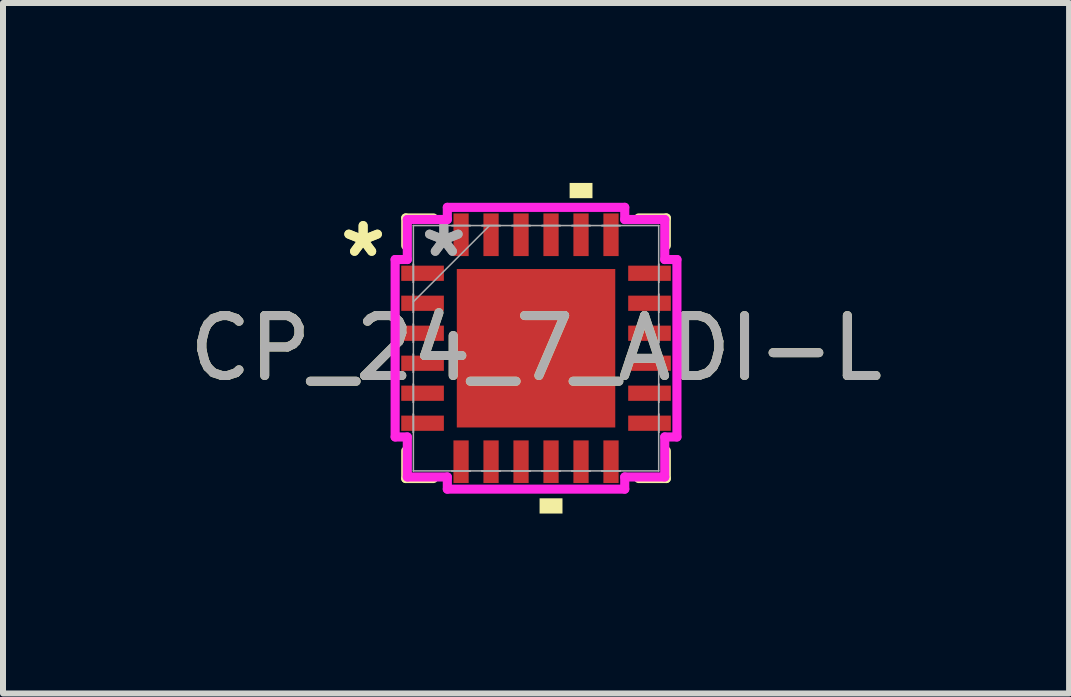
<source format=kicad_pcb>
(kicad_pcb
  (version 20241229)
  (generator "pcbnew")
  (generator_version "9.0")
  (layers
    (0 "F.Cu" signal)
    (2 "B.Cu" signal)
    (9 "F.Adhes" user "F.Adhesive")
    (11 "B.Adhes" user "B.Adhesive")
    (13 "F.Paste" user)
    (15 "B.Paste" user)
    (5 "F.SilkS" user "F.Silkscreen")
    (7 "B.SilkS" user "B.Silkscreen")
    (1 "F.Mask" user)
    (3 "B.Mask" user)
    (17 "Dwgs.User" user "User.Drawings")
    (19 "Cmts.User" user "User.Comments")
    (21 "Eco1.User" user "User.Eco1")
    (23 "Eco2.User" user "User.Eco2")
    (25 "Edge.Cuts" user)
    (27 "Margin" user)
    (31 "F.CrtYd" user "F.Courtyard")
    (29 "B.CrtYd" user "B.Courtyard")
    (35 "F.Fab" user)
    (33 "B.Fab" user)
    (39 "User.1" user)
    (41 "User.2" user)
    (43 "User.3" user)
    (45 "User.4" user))
  (footprint "CP_24_7_ADI-L"
    (layer "F.Cu")
    (at 5.887 2.756)
    (property "Reference" "CP_24_7_ADI-L" (at 0 0 0) (unlocked yes) (layer "F.SilkS") (effects (font (size 1 1) (thickness 0.15))))
    (attr smd)
    (fp_line (start -2.172 -2.172) (end -2.172 -1.71) (stroke (width 0.152) (type solid)) (layer "F.SilkS"))
    (fp_line (start -2.172 1.71) (end -2.172 2.172) (stroke (width 0.152) (type solid)) (layer "F.SilkS"))
    (fp_line (start -2.172 2.172) (end -1.71 2.172) (stroke (width 0.152) (type solid)) (layer "F.SilkS"))
    (fp_line (start -1.71 -2.172) (end -2.172 -2.172) (stroke (width 0.152) (type solid)) (layer "F.SilkS"))
    (fp_line (start 1.71 2.172) (end 2.172 2.172) (stroke (width 0.152) (type solid)) (layer "F.SilkS"))
    (fp_line (start 2.172 -2.172) (end 1.71 -2.172) (stroke (width 0.152) (type solid)) (layer "F.SilkS"))
    (fp_line (start 2.172 -1.71) (end 2.172 -2.172) (stroke (width 0.152) (type solid)) (layer "F.SilkS"))
    (fp_line (start 2.172 2.172) (end 2.172 1.71) (stroke (width 0.152) (type solid)) (layer "F.SilkS"))
    (fp_poly (pts (xy 0.059 2.502) (xy 0.059 2.756) (xy 0.441 2.756) (xy 0.441 2.502)) (stroke (width 0) (type solid)) (fill yes) (layer "F.SilkS"))
    (fp_poly (pts (xy 0.56 -2.502) (xy 0.56 -2.756) (xy 0.941 -2.756) (xy 0.941 -2.502)) (stroke (width 0) (type solid)) (fill yes) (layer "F.SilkS"))
    (fp_poly (pts (xy -1.221 -1.221) (xy -1.221 -0.1) (xy -0.1 -0.1) (xy -0.1 -1.221)) (stroke (width 0) (type solid)) (fill yes) (layer "F.Paste"))
    (fp_poly (pts (xy -1.221 0.1) (xy -1.221 1.221) (xy -0.1 1.221) (xy -0.1 0.1)) (stroke (width 0) (type solid)) (fill yes) (layer "F.Paste"))
    (fp_poly (pts (xy 0.1 -1.221) (xy 0.1 -0.1) (xy 1.221 -0.1) (xy 1.221 -1.221)) (stroke (width 0) (type solid)) (fill yes) (layer "F.Paste"))
    (fp_poly (pts (xy 0.1 0.1) (xy 0.1 1.221) (xy 1.221 1.221) (xy 1.221 0.1)) (stroke (width 0) (type solid)) (fill yes) (layer "F.Paste"))
    (fp_line (start -2.349 -1.479) (end -2.146 -1.479) (stroke (width 0.152) (type solid)) (layer "F.CrtYd"))
    (fp_line (start -2.349 1.479) (end -2.349 -1.479) (stroke (width 0.152) (type solid)) (layer "F.CrtYd"))
    (fp_line (start -2.146 -2.146) (end -1.479 -2.146) (stroke (width 0.152) (type solid)) (layer "F.CrtYd"))
    (fp_line (start -2.146 -1.479) (end -2.146 -2.146) (stroke (width 0.152) (type solid)) (layer "F.CrtYd"))
    (fp_line (start -2.146 1.479) (end -2.349 1.479) (stroke (width 0.152) (type solid)) (layer "F.CrtYd"))
    (fp_line (start -2.146 2.146) (end -2.146 1.479) (stroke (width 0.152) (type solid)) (layer "F.CrtYd"))
    (fp_line (start -1.479 -2.349) (end 1.479 -2.349) (stroke (width 0.152) (type solid)) (layer "F.CrtYd"))
    (fp_line (start -1.479 -2.146) (end -1.479 -2.349) (stroke (width 0.152) (type solid)) (layer "F.CrtYd"))
    (fp_line (start -1.479 2.146) (end -2.146 2.146) (stroke (width 0.152) (type solid)) (layer "F.CrtYd"))
    (fp_line (start -1.479 2.349) (end -1.479 2.146) (stroke (width 0.152) (type solid)) (layer "F.CrtYd"))
    (fp_line (start 1.479 -2.349) (end 1.479 -2.146) (stroke (width 0.152) (type solid)) (layer "F.CrtYd"))
    (fp_line (start 1.479 -2.146) (end 2.146 -2.146) (stroke (width 0.152) (type solid)) (layer "F.CrtYd"))
    (fp_line (start 1.479 2.146) (end 1.479 2.349) (stroke (width 0.152) (type solid)) (layer "F.CrtYd"))
    (fp_line (start 1.479 2.349) (end -1.479 2.349) (stroke (width 0.152) (type solid)) (layer "F.CrtYd"))
    (fp_line (start 2.146 -2.146) (end 2.146 -1.479) (stroke (width 0.152) (type solid)) (layer "F.CrtYd"))
    (fp_line (start 2.146 -1.479) (end 2.349 -1.479) (stroke (width 0.152) (type solid)) (layer "F.CrtYd"))
    (fp_line (start 2.146 1.479) (end 2.146 2.146) (stroke (width 0.152) (type solid)) (layer "F.CrtYd"))
    (fp_line (start 2.146 2.146) (end 1.479 2.146) (stroke (width 0.152) (type solid)) (layer "F.CrtYd"))
    (fp_line (start 2.349 -1.479) (end 2.349 1.479) (stroke (width 0.152) (type solid)) (layer "F.CrtYd"))
    (fp_line (start 2.349 1.479) (end 2.146 1.479) (stroke (width 0.152) (type solid)) (layer "F.CrtYd"))
    (fp_line (start -2.045 -2.045) (end -2.045 -2.045) (stroke (width 0.025) (type solid)) (layer "F.Fab"))
    (fp_line (start -2.045 -2.045) (end -2.045 2.045) (stroke (width 0.025) (type solid)) (layer "F.Fab"))
    (fp_line (start -2.045 -1.402) (end -2.045 -1.402) (stroke (width 0.025) (type solid)) (layer "F.Fab"))
    (fp_line (start -2.045 -1.402) (end -2.045 -1.098) (stroke (width 0.025) (type solid)) (layer "F.Fab"))
    (fp_line (start -2.045 -1.098) (end -2.045 -1.402) (stroke (width 0.025) (type solid)) (layer "F.Fab"))
    (fp_line (start -2.045 -1.098) (end -2.045 -1.098) (stroke (width 0.025) (type solid)) (layer "F.Fab"))
    (fp_line (start -2.045 -0.902) (end -2.045 -0.902) (stroke (width 0.025) (type solid)) (layer "F.Fab"))
    (fp_line (start -2.045 -0.902) (end -2.045 -0.598) (stroke (width 0.025) (type solid)) (layer "F.Fab"))
    (fp_line (start -2.045 -0.775) (end -0.775 -2.045) (stroke (width 0.025) (type solid)) (layer "F.Fab"))
    (fp_line (start -2.045 -0.598) (end -2.045 -0.902) (stroke (width 0.025) (type solid)) (layer "F.Fab"))
    (fp_line (start -2.045 -0.598) (end -2.045 -0.598) (stroke (width 0.025) (type solid)) (layer "F.Fab"))
    (fp_line (start -2.045 -0.402) (end -2.045 -0.402) (stroke (width 0.025) (type solid)) (layer "F.Fab"))
    (fp_line (start -2.045 -0.402) (end -2.045 -0.098) (stroke (width 0.025) (type solid)) (layer "F.Fab"))
    (fp_line (start -2.045 -0.098) (end -2.045 -0.402) (stroke (width 0.025) (type solid)) (layer "F.Fab"))
    (fp_line (start -2.045 -0.098) (end -2.045 -0.098) (stroke (width 0.025) (type solid)) (layer "F.Fab"))
    (fp_line (start -2.045 0.098) (end -2.045 0.098) (stroke (width 0.025) (type solid)) (layer "F.Fab"))
    (fp_line (start -2.045 0.098) (end -2.045 0.402) (stroke (width 0.025) (type solid)) (layer "F.Fab"))
    (fp_line (start -2.045 0.402) (end -2.045 0.098) (stroke (width 0.025) (type solid)) (layer "F.Fab"))
    (fp_line (start -2.045 0.402) (end -2.045 0.402) (stroke (width 0.025) (type solid)) (layer "F.Fab"))
    (fp_line (start -2.045 0.598) (end -2.045 0.598) (stroke (width 0.025) (type solid)) (layer "F.Fab"))
    (fp_line (start -2.045 0.598) (end -2.045 0.902) (stroke (width 0.025) (type solid)) (layer "F.Fab"))
    (fp_line (start -2.045 0.902) (end -2.045 0.598) (stroke (width 0.025) (type solid)) (layer "F.Fab"))
    (fp_line (start -2.045 0.902) (end -2.045 0.902) (stroke (width 0.025) (type solid)) (layer "F.Fab"))
    (fp_line (start -2.045 1.098) (end -2.045 1.098) (stroke (width 0.025) (type solid)) (layer "F.Fab"))
    (fp_line (start -2.045 1.098) (end -2.045 1.402) (stroke (width 0.025) (type solid)) (layer "F.Fab"))
    (fp_line (start -2.045 1.402) (end -2.045 1.098) (stroke (width 0.025) (type solid)) (layer "F.Fab"))
    (fp_line (start -2.045 1.402) (end -2.045 1.402) (stroke (width 0.025) (type solid)) (layer "F.Fab"))
    (fp_line (start -2.045 2.045) (end -2.045 2.045) (stroke (width 0.025) (type solid)) (layer "F.Fab"))
    (fp_line (start -2.045 2.045) (end 2.045 2.045) (stroke (width 0.025) (type solid)) (layer "F.Fab"))
    (fp_line (start -1.402 -2.045) (end -1.402 -2.045) (stroke (width 0.025) (type solid)) (layer "F.Fab"))
    (fp_line (start -1.402 -2.045) (end -1.098 -2.045) (stroke (width 0.025) (type solid)) (layer "F.Fab"))
    (fp_line (start -1.402 2.045) (end -1.402 2.045) (stroke (width 0.025) (type solid)) (layer "F.Fab"))
    (fp_line (start -1.402 2.045) (end -1.098 2.045) (stroke (width 0.025) (type solid)) (layer "F.Fab"))
    (fp_line (start -1.098 -2.045) (end -1.402 -2.045) (stroke (width 0.025) (type solid)) (layer "F.Fab"))
    (fp_line (start -1.098 -2.045) (end -1.098 -2.045) (stroke (width 0.025) (type solid)) (layer "F.Fab"))
    (fp_line (start -1.098 2.045) (end -1.402 2.045) (stroke (width 0.025) (type solid)) (layer "F.Fab"))
    (fp_line (start -1.098 2.045) (end -1.098 2.045) (stroke (width 0.025) (type solid)) (layer "F.Fab"))
    (fp_line (start -0.902 -2.045) (end -0.902 -2.045) (stroke (width 0.025) (type solid)) (layer "F.Fab"))
    (fp_line (start -0.902 -2.045) (end -0.598 -2.045) (stroke (width 0.025) (type solid)) (layer "F.Fab"))
    (fp_line (start -0.902 2.045) (end -0.902 2.045) (stroke (width 0.025) (type solid)) (layer "F.Fab"))
    (fp_line (start -0.902 2.045) (end -0.598 2.045) (stroke (width 0.025) (type solid)) (layer "F.Fab"))
    (fp_line (start -0.598 -2.045) (end -0.902 -2.045) (stroke (width 0.025) (type solid)) (layer "F.Fab"))
    (fp_line (start -0.598 -2.045) (end -0.598 -2.045) (stroke (width 0.025) (type solid)) (layer "F.Fab"))
    (fp_line (start -0.598 2.045) (end -0.902 2.045) (stroke (width 0.025) (type solid)) (layer "F.Fab"))
    (fp_line (start -0.598 2.045) (end -0.598 2.045) (stroke (width 0.025) (type solid)) (layer "F.Fab"))
    (fp_line (start -0.402 -2.045) (end -0.402 -2.045) (stroke (width 0.025) (type solid)) (layer "F.Fab"))
    (fp_line (start -0.402 -2.045) (end -0.098 -2.045) (stroke (width 0.025) (type solid)) (layer "F.Fab"))
    (fp_line (start -0.402 2.045) (end -0.402 2.045) (stroke (width 0.025) (type solid)) (layer "F.Fab"))
    (fp_line (start -0.402 2.045) (end -0.098 2.045) (stroke (width 0.025) (type solid)) (layer "F.Fab"))
    (fp_line (start -0.098 -2.045) (end -0.402 -2.045) (stroke (width 0.025) (type solid)) (layer "F.Fab"))
    (fp_line (start -0.098 -2.045) (end -0.098 -2.045) (stroke (width 0.025) (type solid)) (layer "F.Fab"))
    (fp_line (start -0.098 2.045) (end -0.402 2.045) (stroke (width 0.025) (type solid)) (layer "F.Fab"))
    (fp_line (start -0.098 2.045) (end -0.098 2.045) (stroke (width 0.025) (type solid)) (layer "F.Fab"))
    (fp_line (start 0.098 -2.045) (end 0.098 -2.045) (stroke (width 0.025) (type solid)) (layer "F.Fab"))
    (fp_line (start 0.098 -2.045) (end 0.402 -2.045) (stroke (width 0.025) (type solid)) (layer "F.Fab"))
    (fp_line (start 0.098 2.045) (end 0.098 2.045) (stroke (width 0.025) (type solid)) (layer "F.Fab"))
    (fp_line (start 0.098 2.045) (end 0.402 2.045) (stroke (width 0.025) (type solid)) (layer "F.Fab"))
    (fp_line (start 0.402 -2.045) (end 0.098 -2.045) (stroke (width 0.025) (type solid)) (layer "F.Fab"))
    (fp_line (start 0.402 -2.045) (end 0.402 -2.045) (stroke (width 0.025) (type solid)) (layer "F.Fab"))
    (fp_line (start 0.402 2.045) (end 0.098 2.045) (stroke (width 0.025) (type solid)) (layer "F.Fab"))
    (fp_line (start 0.402 2.045) (end 0.402 2.045) (stroke (width 0.025) (type solid)) (layer "F.Fab"))
    (fp_line (start 0.598 -2.045) (end 0.598 -2.045) (stroke (width 0.025) (type solid)) (layer "F.Fab"))
    (fp_line (start 0.598 -2.045) (end 0.902 -2.045) (stroke (width 0.025) (type solid)) (layer "F.Fab"))
    (fp_line (start 0.598 2.045) (end 0.598 2.045) (stroke (width 0.025) (type solid)) (layer "F.Fab"))
    (fp_line (start 0.598 2.045) (end 0.902 2.045) (stroke (width 0.025) (type solid)) (layer "F.Fab"))
    (fp_line (start 0.902 -2.045) (end 0.598 -2.045) (stroke (width 0.025) (type solid)) (layer "F.Fab"))
    (fp_line (start 0.902 -2.045) (end 0.902 -2.045) (stroke (width 0.025) (type solid)) (layer "F.Fab"))
    (fp_line (start 0.902 2.045) (end 0.598 2.045) (stroke (width 0.025) (type solid)) (layer "F.Fab"))
    (fp_line (start 0.902 2.045) (end 0.902 2.045) (stroke (width 0.025) (type solid)) (layer "F.Fab"))
    (fp_line (start 1.098 -2.045) (end 1.098 -2.045) (stroke (width 0.025) (type solid)) (layer "F.Fab"))
    (fp_line (start 1.098 -2.045) (end 1.402 -2.045) (stroke (width 0.025) (type solid)) (layer "F.Fab"))
    (fp_line (start 1.098 2.045) (end 1.098 2.045) (stroke (width 0.025) (type solid)) (layer "F.Fab"))
    (fp_line (start 1.098 2.045) (end 1.402 2.045) (stroke (width 0.025) (type solid)) (layer "F.Fab"))
    (fp_line (start 1.402 -2.045) (end 1.098 -2.045) (stroke (width 0.025) (type solid)) (layer "F.Fab"))
    (fp_line (start 1.402 -2.045) (end 1.402 -2.045) (stroke (width 0.025) (type solid)) (layer "F.Fab"))
    (fp_line (start 1.402 2.045) (end 1.098 2.045) (stroke (width 0.025) (type solid)) (layer "F.Fab"))
    (fp_line (start 1.402 2.045) (end 1.402 2.045) (stroke (width 0.025) (type solid)) (layer "F.Fab"))
    (fp_line (start 2.045 -2.045) (end -2.045 -2.045) (stroke (width 0.025) (type solid)) (layer "F.Fab"))
    (fp_line (start 2.045 -2.045) (end 2.045 -2.045) (stroke (width 0.025) (type solid)) (layer "F.Fab"))
    (fp_line (start 2.045 -1.402) (end 2.045 -1.402) (stroke (width 0.025) (type solid)) (layer "F.Fab"))
    (fp_line (start 2.045 -1.402) (end 2.045 -1.098) (stroke (width 0.025) (type solid)) (layer "F.Fab"))
    (fp_line (start 2.045 -1.098) (end 2.045 -1.402) (stroke (width 0.025) (type solid)) (layer "F.Fab"))
    (fp_line (start 2.045 -1.098) (end 2.045 -1.098) (stroke (width 0.025) (type solid)) (layer "F.Fab"))
    (fp_line (start 2.045 -0.902) (end 2.045 -0.902) (stroke (width 0.025) (type solid)) (layer "F.Fab"))
    (fp_line (start 2.045 -0.902) (end 2.045 -0.598) (stroke (width 0.025) (type solid)) (layer "F.Fab"))
    (fp_line (start 2.045 -0.598) (end 2.045 -0.902) (stroke (width 0.025) (type solid)) (layer "F.Fab"))
    (fp_line (start 2.045 -0.598) (end 2.045 -0.598) (stroke (width 0.025) (type solid)) (layer "F.Fab"))
    (fp_line (start 2.045 -0.402) (end 2.045 -0.402) (stroke (width 0.025) (type solid)) (layer "F.Fab"))
    (fp_line (start 2.045 -0.402) (end 2.045 -0.098) (stroke (width 0.025) (type solid)) (layer "F.Fab"))
    (fp_line (start 2.045 -0.098) (end 2.045 -0.402) (stroke (width 0.025) (type solid)) (layer "F.Fab"))
    (fp_line (start 2.045 -0.098) (end 2.045 -0.098) (stroke (width 0.025) (type solid)) (layer "F.Fab"))
    (fp_line (start 2.045 0.098) (end 2.045 0.098) (stroke (width 0.025) (type solid)) (layer "F.Fab"))
    (fp_line (start 2.045 0.098) (end 2.045 0.402) (stroke (width 0.025) (type solid)) (layer "F.Fab"))
    (fp_line (start 2.045 0.402) (end 2.045 0.098) (stroke (width 0.025) (type solid)) (layer "F.Fab"))
    (fp_line (start 2.045 0.402) (end 2.045 0.402) (stroke (width 0.025) (type solid)) (layer "F.Fab"))
    (fp_line (start 2.045 0.598) (end 2.045 0.598) (stroke (width 0.025) (type solid)) (layer "F.Fab"))
    (fp_line (start 2.045 0.598) (end 2.045 0.902) (stroke (width 0.025) (type solid)) (layer "F.Fab"))
    (fp_line (start 2.045 0.902) (end 2.045 0.598) (stroke (width 0.025) (type solid)) (layer "F.Fab"))
    (fp_line (start 2.045 0.902) (end 2.045 0.902) (stroke (width 0.025) (type solid)) (layer "F.Fab"))
    (fp_line (start 2.045 1.098) (end 2.045 1.098) (stroke (width 0.025) (type solid)) (layer "F.Fab"))
    (fp_line (start 2.045 1.098) (end 2.045 1.402) (stroke (width 0.025) (type solid)) (layer "F.Fab"))
    (fp_line (start 2.045 1.402) (end 2.045 1.098) (stroke (width 0.025) (type solid)) (layer "F.Fab"))
    (fp_line (start 2.045 1.402) (end 2.045 1.402) (stroke (width 0.025) (type solid)) (layer "F.Fab"))
    (fp_line (start 2.045 2.045) (end 2.045 -2.045) (stroke (width 0.025) (type solid)) (layer "F.Fab"))
    (fp_line (start 2.045 2.045) (end 2.045 2.045) (stroke (width 0.025) (type solid)) (layer "F.Fab"))
    (fp_text user "*" (at -2.883 -1.5 0) (layer "F.SilkS") (effects (font (size 1 1) (thickness 0.15))))
    (fp_text user "*" (at -2.883 -1.5 0) (unlocked yes) (layer "F.SilkS") (effects (font (size 1 1) (thickness 0.15))))
    (fp_text user "*" (at -1.537 -1.5 0) (layer "F.Fab") (effects (font (size 1 1) (thickness 0.15))))
    (fp_text user "${REFERENCE}" (at 0 0 0) (unlocked yes) (layer "F.Fab") (effects (font (size 1 1) (thickness 0.15))))
    (fp_text user "*" (at -1.537 -1.5 0) (unlocked yes) (layer "F.Fab") (effects (font (size 1 1) (thickness 0.15))))
    (pad "1" smd rect (at -1.892 -1.25 90) (size 0.254 0.711) (layers "F.Cu" "F.Mask" "F.Paste"))
    (pad "2" smd rect (at -1.892 -0.75 90) (size 0.254 0.711) (layers "F.Cu" "F.Mask" "F.Paste"))
    (pad "3" smd rect (at -1.892 -0.25 90) (size 0.254 0.711) (layers "F.Cu" "F.Mask" "F.Paste"))
    (pad "4" smd rect (at -1.892 0.25 90) (size 0.254 0.711) (layers "F.Cu" "F.Mask" "F.Paste"))
    (pad "5" smd rect (at -1.892 0.75 90) (size 0.254 0.711) (layers "F.Cu" "F.Mask" "F.Paste"))
    (pad "6" smd rect (at -1.892 1.25 90) (size 0.254 0.711) (layers "F.Cu" "F.Mask" "F.Paste"))
    (pad "7" smd rect (at -1.25 1.892) (size 0.254 0.711) (layers "F.Cu" "F.Mask" "F.Paste"))
    (pad "8" smd rect (at -0.75 1.892) (size 0.254 0.711) (layers "F.Cu" "F.Mask" "F.Paste"))
    (pad "9" smd rect (at -0.25 1.892) (size 0.254 0.711) (layers "F.Cu" "F.Mask" "F.Paste"))
    (pad "10" smd rect (at 0.25 1.892) (size 0.254 0.711) (layers "F.Cu" "F.Mask" "F.Paste"))
    (pad "11" smd rect (at 0.75 1.892) (size 0.254 0.711) (layers "F.Cu" "F.Mask" "F.Paste"))
    (pad "12" smd rect (at 1.25 1.892) (size 0.254 0.711) (layers "F.Cu" "F.Mask" "F.Paste"))
    (pad "13" smd rect (at 1.892 1.25 90) (size 0.254 0.711) (layers "F.Cu" "F.Mask" "F.Paste"))
    (pad "14" smd rect (at 1.892 0.75 90) (size 0.254 0.711) (layers "F.Cu" "F.Mask" "F.Paste"))
    (pad "15" smd rect (at 1.892 0.25 90) (size 0.254 0.711) (layers "F.Cu" "F.Mask" "F.Paste"))
    (pad "16" smd rect (at 1.892 -0.25 90) (size 0.254 0.711) (layers "F.Cu" "F.Mask" "F.Paste"))
    (pad "17" smd rect (at 1.892 -0.75 90) (size 0.254 0.711) (layers "F.Cu" "F.Mask" "F.Paste"))
    (pad "18" smd rect (at 1.892 -1.25 90) (size 0.254 0.711) (layers "F.Cu" "F.Mask" "F.Paste"))
    (pad "19" smd rect (at 1.25 -1.892) (size 0.254 0.711) (layers "F.Cu" "F.Mask" "F.Paste"))
    (pad "20" smd rect (at 0.75 -1.892) (size 0.254 0.711) (layers "F.Cu" "F.Mask" "F.Paste"))
    (pad "21" smd rect (at 0.25 -1.892) (size 0.254 0.711) (layers "F.Cu" "F.Mask" "F.Paste"))
    (pad "22" smd rect (at -0.25 -1.892) (size 0.254 0.711) (layers "F.Cu" "F.Mask" "F.Paste"))
    (pad "23" smd rect (at -0.75 -1.892) (size 0.254 0.711) (layers "F.Cu" "F.Mask" "F.Paste"))
    (pad "24" smd rect (at -1.25 -1.892) (size 0.254 0.711) (layers "F.Cu" "F.Mask" "F.Paste"))
    (pad "25" smd rect (at 0 0) (size 2.642 2.642) (layers "F.Cu" "F.Mask" "F.Paste")))
  (gr_rect
    (start -3 -3)
    (end 14.774 8.512)
    (stroke (width 0.1) (type default))
    (fill no)
    (layer "Edge.Cuts")))
</source>
